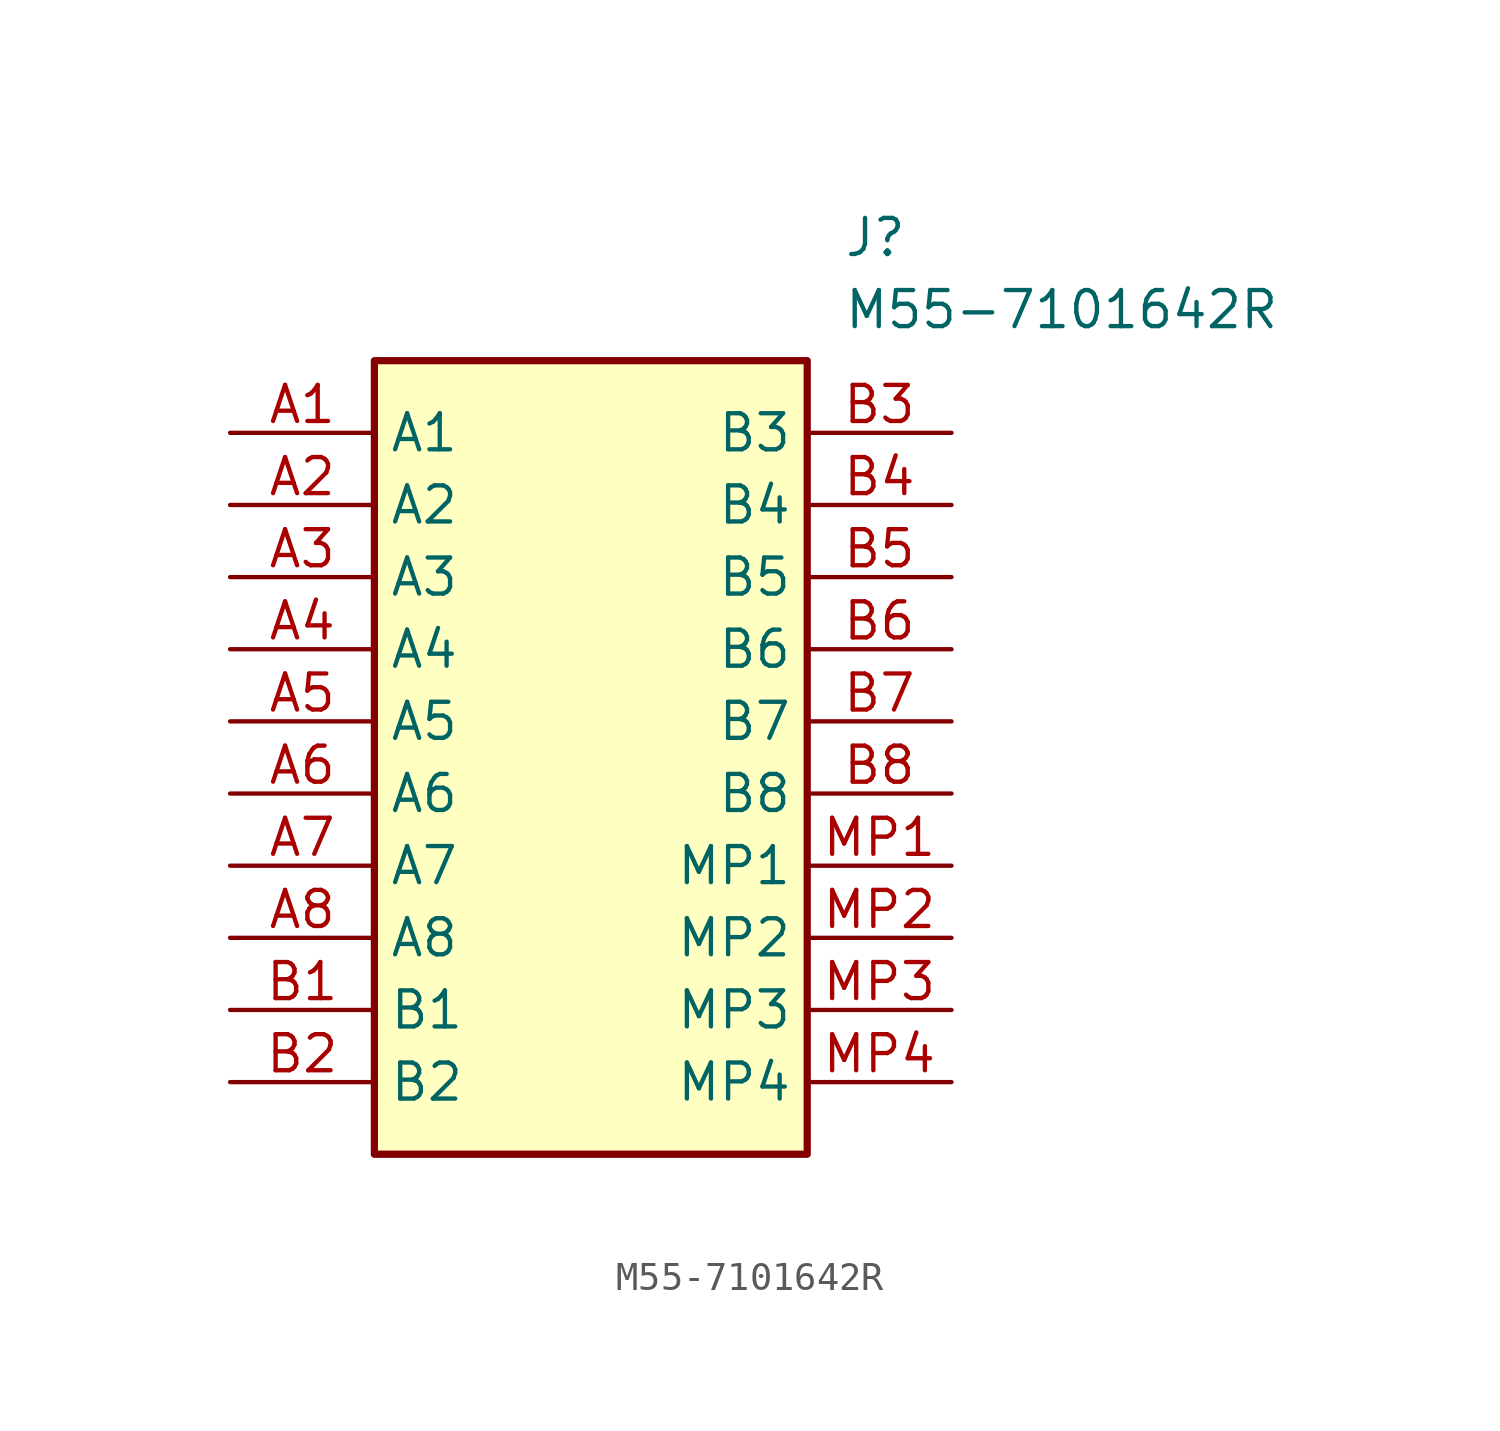
<source format=kicad_sym>
(kicad_symbol_lib
  (version 20211014)
  (generator SamacSys_ECAD_Model)
  (symbol "M55-7101642R"
    (property "Reference" "J"
      (at 21.59 7.62 0)
      (effects (font (size 1.27 1.27)) (justify left top)))
    (property "Value" "M55-7101642R"
      (at 21.59 5.08 0)
      (effects (font (size 1.27 1.27)) (justify left top)))
    (rectangle
      (start 5.08 2.54)
      (end 20.32 -25.4)
      (stroke (width 0.254) (type default))
      (fill (type background)))
    (pin passive line
      (at 0 0 0)
      (length 5.08)
      (name "A1" (effects (font (size 1.27 1.27))))
      (number "A1" (effects (font (size 1.27 1.27)))))
    (pin passive line
      (at 0 -2.54 0)
      (length 5.08)
      (name "A2" (effects (font (size 1.27 1.27))))
      (number "A2" (effects (font (size 1.27 1.27)))))
    (pin passive line
      (at 0 -5.08 0)
      (length 5.08)
      (name "A3" (effects (font (size 1.27 1.27))))
      (number "A3" (effects (font (size 1.27 1.27)))))
    (pin passive line
      (at 0 -7.62 0)
      (length 5.08)
      (name "A4" (effects (font (size 1.27 1.27))))
      (number "A4" (effects (font (size 1.27 1.27)))))
    (pin passive line
      (at 0 -10.16 0)
      (length 5.08)
      (name "A5" (effects (font (size 1.27 1.27))))
      (number "A5" (effects (font (size 1.27 1.27)))))
    (pin passive line
      (at 0 -12.7 0)
      (length 5.08)
      (name "A6" (effects (font (size 1.27 1.27))))
      (number "A6" (effects (font (size 1.27 1.27)))))
    (pin passive line
      (at 0 -15.24 0)
      (length 5.08)
      (name "A7" (effects (font (size 1.27 1.27))))
      (number "A7" (effects (font (size 1.27 1.27)))))
    (pin passive line
      (at 0 -17.78 0)
      (length 5.08)
      (name "A8" (effects (font (size 1.27 1.27))))
      (number "A8" (effects (font (size 1.27 1.27)))))
    (pin passive line
      (at 0 -20.32 0)
      (length 5.08)
      (name "B1" (effects (font (size 1.27 1.27))))
      (number "B1" (effects (font (size 1.27 1.27)))))
    (pin passive line
      (at 0 -22.86 0)
      (length 5.08)
      (name "B2" (effects (font (size 1.27 1.27))))
      (number "B2" (effects (font (size 1.27 1.27)))))
    (pin passive line
      (at 25.4 0 180)
      (length 5.08)
      (name "B3" (effects (font (size 1.27 1.27))))
      (number "B3" (effects (font (size 1.27 1.27)))))
    (pin passive line
      (at 25.4 -2.54 180)
      (length 5.08)
      (name "B4" (effects (font (size 1.27 1.27))))
      (number "B4" (effects (font (size 1.27 1.27)))))
    (pin passive line
      (at 25.4 -5.08 180)
      (length 5.08)
      (name "B5" (effects (font (size 1.27 1.27))))
      (number "B5" (effects (font (size 1.27 1.27)))))
    (pin passive line
      (at 25.4 -7.62 180)
      (length 5.08)
      (name "B6" (effects (font (size 1.27 1.27))))
      (number "B6" (effects (font (size 1.27 1.27)))))
    (pin passive line
      (at 25.4 -10.16 180)
      (length 5.08)
      (name "B7" (effects (font (size 1.27 1.27))))
      (number "B7" (effects (font (size 1.27 1.27)))))
    (pin passive line
      (at 25.4 -12.7 180)
      (length 5.08)
      (name "B8" (effects (font (size 1.27 1.27))))
      (number "B8" (effects (font (size 1.27 1.27)))))
    (pin passive line
      (at 25.4 -15.24 180)
      (length 5.08)
      (name "MP1" (effects (font (size 1.27 1.27))))
      (number "MP1" (effects (font (size 1.27 1.27)))))
    (pin passive line
      (at 25.4 -17.78 180)
      (length 5.08)
      (name "MP2" (effects (font (size 1.27 1.27))))
      (number "MP2" (effects (font (size 1.27 1.27)))))
    (pin passive line
      (at 25.4 -20.32 180)
      (length 5.08)
      (name "MP3" (effects (font (size 1.27 1.27))))
      (number "MP3" (effects (font (size 1.27 1.27)))))
    (pin passive line
      (at 25.4 -22.86 180)
      (length 5.08)
      (name "MP4" (effects (font (size 1.27 1.27))))
      (number "MP4" (effects (font (size 1.27 1.27)))))))
</source>
